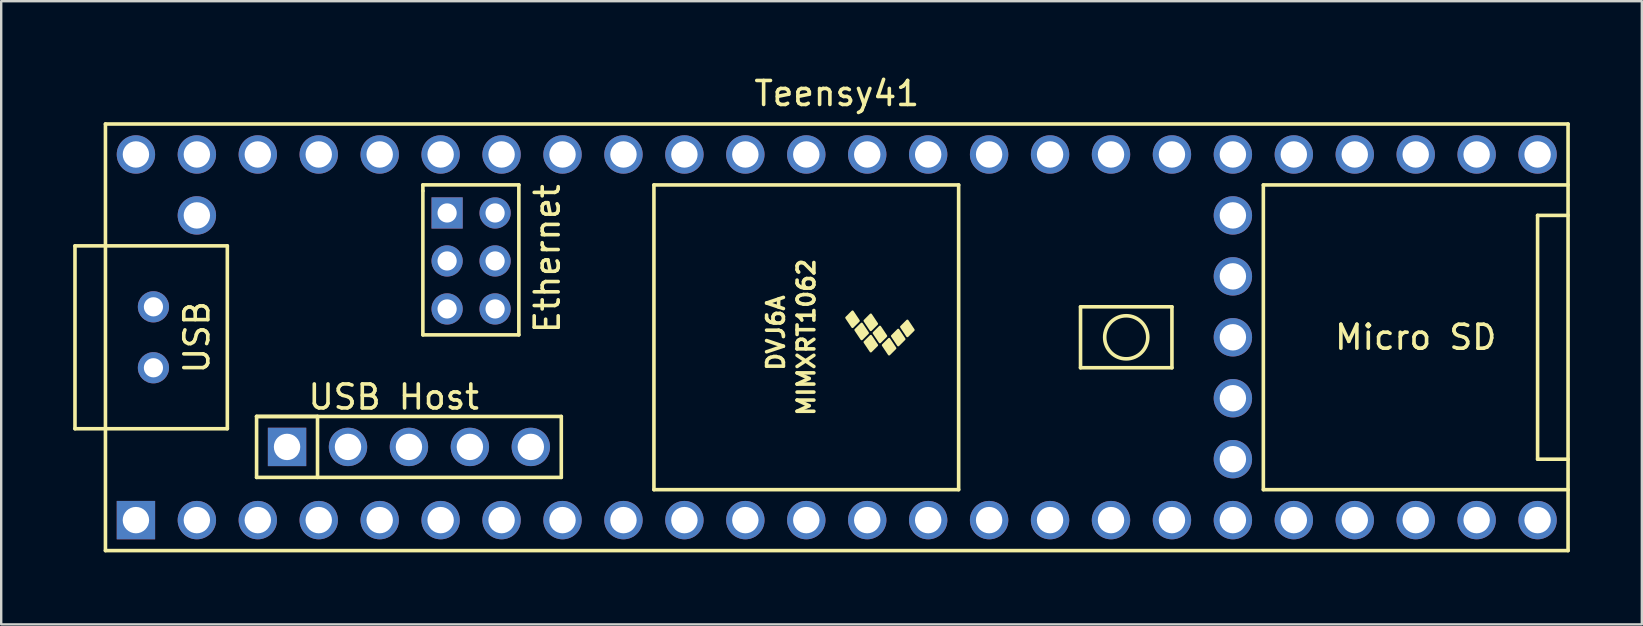
<source format=kicad_pcb>
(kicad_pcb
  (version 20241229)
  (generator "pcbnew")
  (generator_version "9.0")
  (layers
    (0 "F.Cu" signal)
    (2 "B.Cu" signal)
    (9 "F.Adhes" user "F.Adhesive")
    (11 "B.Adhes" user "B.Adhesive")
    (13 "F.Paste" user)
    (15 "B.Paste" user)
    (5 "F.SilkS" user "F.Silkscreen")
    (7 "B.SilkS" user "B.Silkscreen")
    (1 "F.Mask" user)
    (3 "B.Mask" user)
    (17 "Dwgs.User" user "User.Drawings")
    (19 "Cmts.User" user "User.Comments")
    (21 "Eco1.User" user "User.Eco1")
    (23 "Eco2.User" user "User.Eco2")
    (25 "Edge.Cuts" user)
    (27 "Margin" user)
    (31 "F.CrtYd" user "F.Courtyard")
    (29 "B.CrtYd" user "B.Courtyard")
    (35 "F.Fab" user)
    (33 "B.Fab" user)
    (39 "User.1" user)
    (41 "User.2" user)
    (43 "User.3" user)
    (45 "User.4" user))
  (footprint "Teensy41"
    (layer "F.Cu")
    (at 31.825 11.008)
    (property "Reference" "Teensy41" (at 0 -10.16 0) (layer "F.SilkS") (effects (font (size 1 1) (thickness 0.15))))
    (attr through_hole)
    (fp_line (start -31.75 -3.81) (end -30.48 -3.81) (stroke (width 0.15) (type solid)) (layer "F.SilkS"))
    (fp_line (start -31.75 3.81) (end -31.75 -3.81) (stroke (width 0.15) (type solid)) (layer "F.SilkS"))
    (fp_line (start -30.48 -8.89) (end 30.48 -8.89) (stroke (width 0.15) (type solid)) (layer "F.SilkS"))
    (fp_line (start -30.48 3.81) (end -31.75 3.81) (stroke (width 0.15) (type solid)) (layer "F.SilkS"))
    (fp_line (start -30.48 8.89) (end -30.48 -8.89) (stroke (width 0.15) (type solid)) (layer "F.SilkS"))
    (fp_line (start -25.4 -3.81) (end -30.48 -3.81) (stroke (width 0.15) (type solid)) (layer "F.SilkS"))
    (fp_line (start -25.4 3.81) (end -30.48 3.81) (stroke (width 0.15) (type solid)) (layer "F.SilkS"))
    (fp_line (start -25.4 3.81) (end -25.4 -3.81) (stroke (width 0.15) (type solid)) (layer "F.SilkS"))
    (fp_line (start -24.181 3.299) (end -21.641 3.299) (stroke (width 0.15) (type solid)) (layer "F.SilkS"))
    (fp_line (start -24.181 3.299) (end -11.481 3.299) (stroke (width 0.15) (type solid)) (layer "F.SilkS"))
    (fp_line (start -24.181 5.839) (end -24.181 3.299) (stroke (width 0.15) (type solid)) (layer "F.SilkS"))
    (fp_line (start -21.641 3.299) (end -21.641 5.839) (stroke (width 0.15) (type solid)) (layer "F.SilkS"))
    (fp_line (start -17.25 -6.352) (end -17.25 -6.102) (stroke (width 0.15) (type solid)) (layer "F.SilkS"))
    (fp_line (start -17.25 -6.102) (end -17.25 -0.102) (stroke (width 0.15) (type solid)) (layer "F.SilkS"))
    (fp_line (start -17.25 -0.102) (end -13.25 -0.102) (stroke (width 0.15) (type solid)) (layer "F.SilkS"))
    (fp_line (start -13.25 -6.352) (end -17.25 -6.352) (stroke (width 0.15) (type solid)) (layer "F.SilkS"))
    (fp_line (start -13.25 -0.102) (end -13.25 -6.352) (stroke (width 0.15) (type solid)) (layer "F.SilkS"))
    (fp_line (start -11.481 3.299) (end -11.481 5.839) (stroke (width 0.15) (type solid)) (layer "F.SilkS"))
    (fp_line (start -11.481 5.839) (end -24.181 5.839) (stroke (width 0.15) (type solid)) (layer "F.SilkS"))
    (fp_line (start -7.62 -6.35) (end -7.62 6.35) (stroke (width 0.15) (type solid)) (layer "F.SilkS"))
    (fp_line (start -7.62 6.35) (end 5.08 6.35) (stroke (width 0.15) (type solid)) (layer "F.SilkS"))
    (fp_line (start 5.08 -6.35) (end -7.62 -6.35) (stroke (width 0.15) (type solid)) (layer "F.SilkS"))
    (fp_line (start 5.08 6.35) (end 5.08 -6.35) (stroke (width 0.15) (type solid)) (layer "F.SilkS"))
    (fp_line (start 10.16 -1.27) (end 13.97 -1.27) (stroke (width 0.15) (type solid)) (layer "F.SilkS"))
    (fp_line (start 10.16 1.27) (end 10.16 -1.27) (stroke (width 0.15) (type solid)) (layer "F.SilkS"))
    (fp_line (start 13.97 -1.27) (end 13.97 1.27) (stroke (width 0.15) (type solid)) (layer "F.SilkS"))
    (fp_line (start 13.97 1.27) (end 10.16 1.27) (stroke (width 0.15) (type solid)) (layer "F.SilkS"))
    (fp_line (start 17.78 -6.35) (end 17.78 6.35) (stroke (width 0.15) (type solid)) (layer "F.SilkS"))
    (fp_line (start 17.78 6.35) (end 30.48 6.35) (stroke (width 0.15) (type solid)) (layer "F.SilkS"))
    (fp_line (start 29.21 -5.08) (end 29.21 5.08) (stroke (width 0.15) (type solid)) (layer "F.SilkS"))
    (fp_line (start 29.21 5.08) (end 30.48 5.08) (stroke (width 0.15) (type solid)) (layer "F.SilkS"))
    (fp_line (start 30.48 -8.89) (end 30.48 8.89) (stroke (width 0.15) (type solid)) (layer "F.SilkS"))
    (fp_line (start 30.48 -6.35) (end 17.78 -6.35) (stroke (width 0.15) (type solid)) (layer "F.SilkS"))
    (fp_line (start 30.48 -5.08) (end 29.21 -5.08) (stroke (width 0.15) (type solid)) (layer "F.SilkS"))
    (fp_line (start 30.48 8.89) (end -30.48 8.89) (stroke (width 0.15) (type solid)) (layer "F.SilkS"))
    (fp_circle (center 12.065 0) (end 12.7 -0.635) (stroke (width 0.15) (type solid)) (fill no) (layer "F.SilkS"))
    (fp_poly (pts (xy 0.911 -0.688) (xy 0.657 -0.434) (xy 0.403 -0.815) (xy 0.657 -1.069)) (stroke (width 0.1) (type solid)) (fill yes) (layer "F.SilkS"))
    (fp_poly (pts (xy 1.292 -0.18) (xy 1.038 0.074) (xy 0.784 -0.307) (xy 1.038 -0.561)) (stroke (width 0.1) (type solid)) (fill yes) (layer "F.SilkS"))
    (fp_poly (pts (xy 1.673 -0.561) (xy 1.419 -0.307) (xy 1.165 -0.688) (xy 1.419 -0.942)) (stroke (width 0.1) (type solid)) (fill yes) (layer "F.SilkS"))
    (fp_poly (pts (xy 1.673 0.328) (xy 1.419 0.582) (xy 1.165 0.201) (xy 1.419 -0.053)) (stroke (width 0.1) (type solid)) (fill yes) (layer "F.SilkS"))
    (fp_poly (pts (xy 2.054 -0.053) (xy 1.8 0.201) (xy 1.546 -0.18) (xy 1.8 -0.434)) (stroke (width 0.1) (type solid)) (fill yes) (layer "F.SilkS"))
    (fp_poly (pts (xy 2.435 0.455) (xy 2.181 0.709) (xy 1.927 0.328) (xy 2.181 0.074)) (stroke (width 0.1) (type solid)) (fill yes) (layer "F.SilkS"))
    (fp_poly (pts (xy 2.816 0.074) (xy 2.562 0.328) (xy 2.308 -0.053) (xy 2.562 -0.307)) (stroke (width 0.1) (type solid)) (fill yes) (layer "F.SilkS"))
    (fp_poly (pts (xy 3.197 -0.307) (xy 2.943 -0.053) (xy 2.689 -0.434) (xy 2.943 -0.688)) (stroke (width 0.1) (type solid)) (fill yes) (layer "F.SilkS"))
    (fp_text user "MIMXRT1062" (at -1.27 0 270) (layer "F.SilkS") (effects (font (size 0.7 0.7) (thickness 0.15))))
    (fp_text user "USB Host" (at -18.466 2.489 0) (layer "F.SilkS") (effects (font (size 1 1) (thickness 0.15))))
    (fp_text user "Micro SD" (at 24.13 0 0) (layer "F.SilkS") (effects (font (size 1 1) (thickness 0.15))))
    (fp_text user "USB" (at -26.67 0 270) (layer "F.SilkS") (effects (font (size 1 1) (thickness 0.15))))
    (fp_text user "Ethernet" (at -12.065 -3.277 90) (layer "F.SilkS") (effects (font (size 1 1) (thickness 0.15))))
    (fp_text user "DVJ6A" (at -2.54 -0.18 270) (layer "F.SilkS") (effects (font (size 0.7 0.7) (thickness 0.15))))
    (pad "1" thru_hole rect (at -29.21 7.62) (size 1.6 1.6) (drill 1.1) (layers "*.Cu" "*.Mask"))
    (pad "2" thru_hole circle (at -26.67 7.62) (size 1.6 1.6) (drill 1.1) (layers "*.Cu" "*.Mask"))
    (pad "3" thru_hole circle (at -24.13 7.62) (size 1.6 1.6) (drill 1.1) (layers "*.Cu" "*.Mask"))
    (pad "4" thru_hole circle (at -21.59 7.62) (size 1.6 1.6) (drill 1.1) (layers "*.Cu" "*.Mask"))
    (pad "5" thru_hole circle (at -19.05 7.62) (size 1.6 1.6) (drill 1.1) (layers "*.Cu" "*.Mask"))
    (pad "6" thru_hole circle (at -16.51 7.62) (size 1.6 1.6) (drill 1.1) (layers "*.Cu" "*.Mask"))
    (pad "7" thru_hole circle (at -13.97 7.62) (size 1.6 1.6) (drill 1.1) (layers "*.Cu" "*.Mask"))
    (pad "8" thru_hole circle (at -11.43 7.62) (size 1.6 1.6) (drill 1.1) (layers "*.Cu" "*.Mask"))
    (pad "9" thru_hole circle (at -8.89 7.62) (size 1.6 1.6) (drill 1.1) (layers "*.Cu" "*.Mask"))
    (pad "10" thru_hole circle (at -6.35 7.62) (size 1.6 1.6) (drill 1.1) (layers "*.Cu" "*.Mask"))
    (pad "11" thru_hole circle (at -3.81 7.62) (size 1.6 1.6) (drill 1.1) (layers "*.Cu" "*.Mask"))
    (pad "12" thru_hole circle (at -1.27 7.62) (size 1.6 1.6) (drill 1.1) (layers "*.Cu" "*.Mask"))
    (pad "13" thru_hole circle (at 1.27 7.62) (size 1.6 1.6) (drill 1.1) (layers "*.Cu" "*.Mask"))
    (pad "14" thru_hole circle (at 3.81 7.62) (size 1.6 1.6) (drill 1.1) (layers "*.Cu" "*.Mask"))
    (pad "15" thru_hole circle (at 6.35 7.62) (size 1.6 1.6) (drill 1.1) (layers "*.Cu" "*.Mask"))
    (pad "16" thru_hole circle (at 8.89 7.62) (size 1.6 1.6) (drill 1.1) (layers "*.Cu" "*.Mask"))
    (pad "17" thru_hole circle (at 11.43 7.62) (size 1.6 1.6) (drill 1.1) (layers "*.Cu" "*.Mask"))
    (pad "18" thru_hole circle (at 13.97 7.62) (size 1.6 1.6) (drill 1.1) (layers "*.Cu" "*.Mask"))
    (pad "19" thru_hole circle (at 16.51 7.62) (size 1.6 1.6) (drill 1.1) (layers "*.Cu" "*.Mask"))
    (pad "20" thru_hole circle (at 19.05 7.62) (size 1.6 1.6) (drill 1.1) (layers "*.Cu" "*.Mask"))
    (pad "21" thru_hole circle (at 21.59 7.62) (size 1.6 1.6) (drill 1.1) (layers "*.Cu" "*.Mask"))
    (pad "22" thru_hole circle (at 24.13 7.62) (size 1.6 1.6) (drill 1.1) (layers "*.Cu" "*.Mask"))
    (pad "23" thru_hole circle (at 26.67 7.62) (size 1.6 1.6) (drill 1.1) (layers "*.Cu" "*.Mask"))
    (pad "24" thru_hole circle (at 29.21 7.62) (size 1.6 1.6) (drill 1.1) (layers "*.Cu" "*.Mask"))
    (pad "25" thru_hole circle (at 29.21 -7.62) (size 1.6 1.6) (drill 1.1) (layers "*.Cu" "*.Mask"))
    (pad "26" thru_hole circle (at 26.67 -7.62) (size 1.6 1.6) (drill 1.1) (layers "*.Cu" "*.Mask"))
    (pad "27" thru_hole circle (at 24.13 -7.62) (size 1.6 1.6) (drill 1.1) (layers "*.Cu" "*.Mask"))
    (pad "28" thru_hole circle (at 21.59 -7.62) (size 1.6 1.6) (drill 1.1) (layers "*.Cu" "*.Mask"))
    (pad "29" thru_hole circle (at 19.05 -7.62) (size 1.6 1.6) (drill 1.1) (layers "*.Cu" "*.Mask"))
    (pad "30" thru_hole circle (at 16.51 -7.62) (size 1.6 1.6) (drill 1.1) (layers "*.Cu" "*.Mask"))
    (pad "31" thru_hole circle (at 13.97 -7.62) (size 1.6 1.6) (drill 1.1) (layers "*.Cu" "*.Mask"))
    (pad "32" thru_hole circle (at 11.43 -7.62) (size 1.6 1.6) (drill 1.1) (layers "*.Cu" "*.Mask"))
    (pad "33" thru_hole circle (at 8.89 -7.62) (size 1.6 1.6) (drill 1.1) (layers "*.Cu" "*.Mask"))
    (pad "34" thru_hole circle (at 6.35 -7.62) (size 1.6 1.6) (drill 1.1) (layers "*.Cu" "*.Mask"))
    (pad "35" thru_hole circle (at 3.81 -7.62) (size 1.6 1.6) (drill 1.1) (layers "*.Cu" "*.Mask"))
    (pad "36" thru_hole circle (at 1.27 -7.62) (size 1.6 1.6) (drill 1.1) (layers "*.Cu" "*.Mask"))
    (pad "37" thru_hole circle (at -1.27 -7.62) (size 1.6 1.6) (drill 1.1) (layers "*.Cu" "*.Mask"))
    (pad "38" thru_hole circle (at -3.81 -7.62) (size 1.6 1.6) (drill 1.1) (layers "*.Cu" "*.Mask"))
    (pad "39" thru_hole circle (at -6.35 -7.62) (size 1.6 1.6) (drill 1.1) (layers "*.Cu" "*.Mask"))
    (pad "40" thru_hole circle (at -8.89 -7.62) (size 1.6 1.6) (drill 1.1) (layers "*.Cu" "*.Mask"))
    (pad "41" thru_hole circle (at -11.43 -7.62) (size 1.6 1.6) (drill 1.1) (layers "*.Cu" "*.Mask"))
    (pad "42" thru_hole circle (at -13.97 -7.62) (size 1.6 1.6) (drill 1.1) (layers "*.Cu" "*.Mask"))
    (pad "43" thru_hole circle (at -16.51 -7.62) (size 1.6 1.6) (drill 1.1) (layers "*.Cu" "*.Mask"))
    (pad "44" thru_hole circle (at -19.05 -7.62) (size 1.6 1.6) (drill 1.1) (layers "*.Cu" "*.Mask"))
    (pad "45" thru_hole circle (at -21.59 -7.62) (size 1.6 1.6) (drill 1.1) (layers "*.Cu" "*.Mask"))
    (pad "46" thru_hole circle (at -24.13 -7.62) (size 1.6 1.6) (drill 1.1) (layers "*.Cu" "*.Mask"))
    (pad "47" thru_hole circle (at -26.67 -7.62) (size 1.6 1.6) (drill 1.1) (layers "*.Cu" "*.Mask"))
    (pad "48" thru_hole circle (at -29.21 -7.62) (size 1.6 1.6) (drill 1.1) (layers "*.Cu" "*.Mask"))
    (pad "49" thru_hole circle (at -26.67 -5.08) (size 1.6 1.6) (drill 1.1) (layers "*.Cu" "*.Mask"))
    (pad "50" thru_hole circle (at 16.51 5.08) (size 1.6 1.6) (drill 1.1) (layers "*.Cu" "*.Mask"))
    (pad "51" thru_hole circle (at 16.51 2.54) (size 1.6 1.6) (drill 1.1) (layers "*.Cu" "*.Mask"))
    (pad "52" thru_hole circle (at 16.51 0) (size 1.6 1.6) (drill 1.1) (layers "*.Cu" "*.Mask"))
    (pad "53" thru_hole circle (at 16.51 -2.54) (size 1.6 1.6) (drill 1.1) (layers "*.Cu" "*.Mask"))
    (pad "54" thru_hole circle (at 16.51 -5.08) (size 1.6 1.6) (drill 1.1) (layers "*.Cu" "*.Mask"))
    (pad "55" thru_hole rect (at -22.911 4.569) (size 1.6 1.6) (drill 1.1) (layers "*.Cu" "*.Mask"))
    (pad "56" thru_hole circle (at -20.371 4.569) (size 1.6 1.6) (drill 1.1) (layers "*.Cu" "*.Mask"))
    (pad "57" thru_hole circle (at -17.831 4.569) (size 1.6 1.6) (drill 1.1) (layers "*.Cu" "*.Mask"))
    (pad "58" thru_hole circle (at -15.291 4.569) (size 1.6 1.6) (drill 1.1) (layers "*.Cu" "*.Mask"))
    (pad "59" thru_hole circle (at -12.751 4.569) (size 1.6 1.6) (drill 1.1) (layers "*.Cu" "*.Mask"))
    (pad "60" thru_hole rect (at -16.24 -5.182) (size 1.3 1.3) (drill 0.8) (layers "*.Cu" "*.Mask"))
    (pad "61" thru_hole circle (at -16.24 -3.182) (size 1.3 1.3) (drill 0.8) (layers "*.Cu" "*.Mask"))
    (pad "62" thru_hole circle (at -16.24 -1.182) (size 1.3 1.3) (drill 0.8) (layers "*.Cu" "*.Mask"))
    (pad "63" thru_hole circle (at -14.24 -1.182) (size 1.3 1.3) (drill 0.8) (layers "*.Cu" "*.Mask"))
    (pad "64" thru_hole circle (at -14.24 -3.182) (size 1.3 1.3) (drill 0.8) (layers "*.Cu" "*.Mask"))
    (pad "65" thru_hole circle (at -14.24 -5.182) (size 1.3 1.3) (drill 0.8) (layers "*.Cu" "*.Mask"))
    (pad "66" thru_hole circle (at -28.48 -1.27) (size 1.3 1.3) (drill 0.8) (layers "*.Cu" "*.Mask"))
    (pad "67" thru_hole circle (at -28.48 1.27) (size 1.3 1.3) (drill 0.8) (layers "*.Cu" "*.Mask")))
  (gr_rect
    (start -3 -3)
    (end 65.38 22.973)
    (stroke (width 0.1) (type default))
    (fill no)
    (layer "Edge.Cuts")))
</source>
